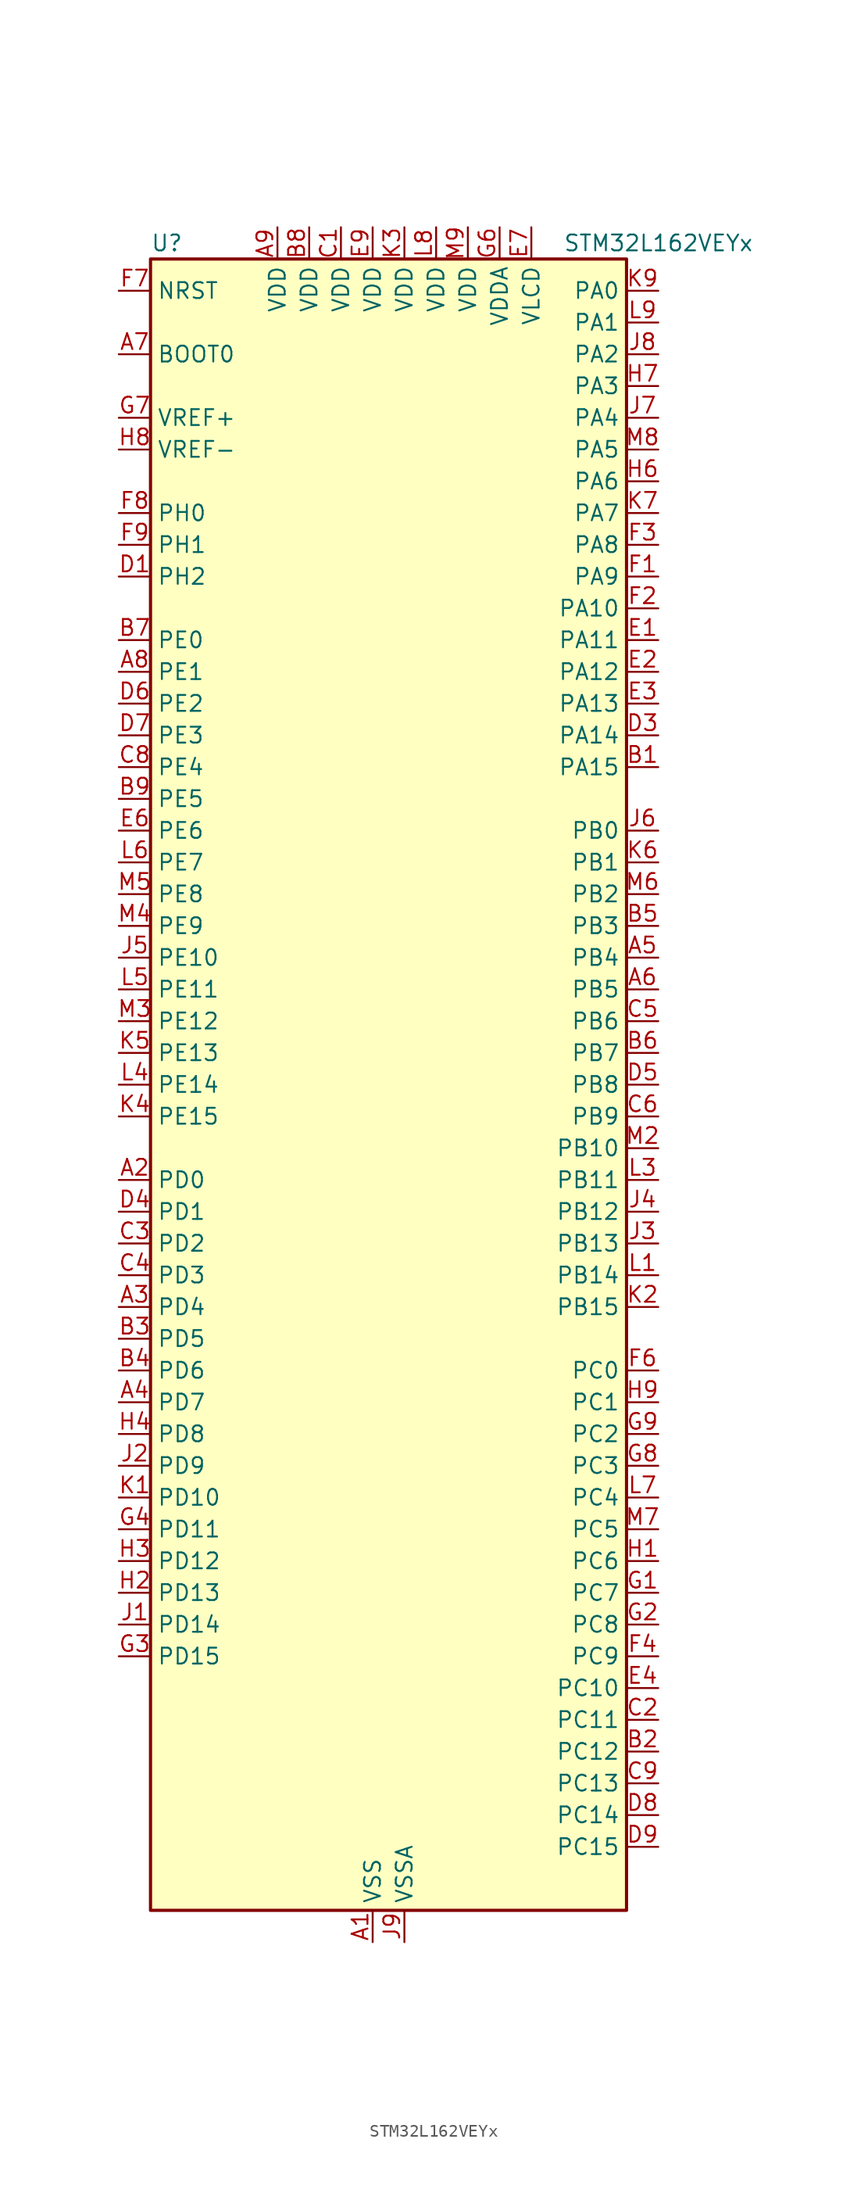
<source format=kicad_sym>
(kicad_symbol_lib
  (version 20220914)
  (generator kicad_symbol_editor)
  (symbol "STM32L162VEYx"
    (property "Reference" "U"
      (at -17.78 67.31 0)
      (effects (font (size 1.27 1.27)) (justify left)))
    (property "Value" "STM32L162VEYx"
      (at 15.24 67.31 0)
      (effects (font (size 1.27 1.27)) (justify left)))
    (property "ki_locked" ""
      (at 0 0 0)
      (effects (font (size 1.27 1.27))))
    (symbol "STM32L162VEYx_0_1"
      (rectangle (start -17.78 -66.04) (end 20.32 66.04) (stroke (width 0.254) (type default)) (fill (type background))))
    (symbol "STM32L162VEYx_1_1"
      (pin power_in line (at 0 -68.58 90) (length 2.54) (name "VSS" (effects (font (size 1.27 1.27)))) (number "A1" (effects (font (size 1.27 1.27)))))
      (pin bidirectional line (at -20.32 -7.62 0) (length 2.54) (name "PD0" (effects (font (size 1.27 1.27)))) (number "A2" (effects (font (size 1.27 1.27)))) (alternate "I2S2_WS" bidirectional line) (alternate "SPI2_NSS" bidirectional line) (alternate "TIM9_CH1" bidirectional line) (alternate "TIMX_IC1" bidirectional line))
      (pin bidirectional line (at -20.32 -17.78 0) (length 2.54) (name "PD4" (effects (font (size 1.27 1.27)))) (number "A3" (effects (font (size 1.27 1.27)))) (alternate "I2S2_SD" bidirectional line) (alternate "SPI2_MOSI" bidirectional line) (alternate "TIMX_IC1" bidirectional line) (alternate "USART2_RTS" bidirectional line))
      (pin bidirectional line (at -20.32 -25.4 0) (length 2.54) (name "PD7" (effects (font (size 1.27 1.27)))) (number "A4" (effects (font (size 1.27 1.27)))) (alternate "TIM9_CH2" bidirectional line) (alternate "TIMX_IC4" bidirectional line) (alternate "USART2_CK" bidirectional line))
      (pin bidirectional line (at 22.86 10.16 180) (length 2.54) (name "PB4" (effects (font (size 1.27 1.27)))) (number "A5" (effects (font (size 1.27 1.27)))) (alternate "COMP2_INP" bidirectional line) (alternate "LCD_SEG8" bidirectional line) (alternate "SPI1_MISO" bidirectional line) (alternate "SPI3_MISO" bidirectional line) (alternate "SYS_JTRST" bidirectional line) (alternate "TIM3_CH1" bidirectional line) (alternate "TS_G6_IO1" bidirectional line))
      (pin bidirectional line (at 22.86 7.62 180) (length 2.54) (name "PB5" (effects (font (size 1.27 1.27)))) (number "A6" (effects (font (size 1.27 1.27)))) (alternate "COMP2_INP" bidirectional line) (alternate "I2C1_SMBA" bidirectional line) (alternate "I2S3_SD" bidirectional line) (alternate "LCD_SEG9" bidirectional line) (alternate "SPI1_MOSI" bidirectional line) (alternate "SPI3_MOSI" bidirectional line) (alternate "TIM3_CH2" bidirectional line) (alternate "TS_G6_IO2" bidirectional line))
      (pin input line (at -20.32 58.42 0) (length 2.54) (name "BOOT0" (effects (font (size 1.27 1.27)))) (number "A7" (effects (font (size 1.27 1.27)))))
      (pin bidirectional line (at -20.32 33.02 0) (length 2.54) (name "PE1" (effects (font (size 1.27 1.27)))) (number "A8" (effects (font (size 1.27 1.27)))) (alternate "LCD_SEG37" bidirectional line) (alternate "TIM11_CH1" bidirectional line) (alternate "TIMX_IC2" bidirectional line))
      (pin power_in line (at -7.62 68.58 270) (length 2.54) (name "VDD" (effects (font (size 1.27 1.27)))) (number "A9" (effects (font (size 1.27 1.27)))))
      (pin bidirectional line (at 22.86 25.4 180) (length 2.54) (name "PA15" (effects (font (size 1.27 1.27)))) (number "B1" (effects (font (size 1.27 1.27)))) (alternate "ADC_EXTI15" bidirectional line) (alternate "I2S3_WS" bidirectional line) (alternate "LCD_SEG17" bidirectional line) (alternate "SPI1_NSS" bidirectional line) (alternate "SPI3_NSS" bidirectional line) (alternate "SYS_JTDI" bidirectional line) (alternate "TIM2_CH1" bidirectional line) (alternate "TIM2_ETR" bidirectional line) (alternate "TIMX_IC4" bidirectional line) (alternate "TS_G5_IO3" bidirectional line))
      (pin bidirectional line (at 22.86 -53.34 180) (length 2.54) (name "PC12" (effects (font (size 1.27 1.27)))) (number "B2" (effects (font (size 1.27 1.27)))) (alternate "I2S3_SD" bidirectional line) (alternate "LCD_COM6" bidirectional line) (alternate "LCD_SEG30" bidirectional line) (alternate "LCD_SEG42" bidirectional line) (alternate "SPI3_MOSI" bidirectional line) (alternate "TIMX_IC1" bidirectional line) (alternate "UART5_TX" bidirectional line) (alternate "USART3_CK" bidirectional line))
      (pin bidirectional line (at -20.32 -20.32 0) (length 2.54) (name "PD5" (effects (font (size 1.27 1.27)))) (number "B3" (effects (font (size 1.27 1.27)))) (alternate "TIMX_IC2" bidirectional line) (alternate "USART2_TX" bidirectional line))
      (pin bidirectional line (at -20.32 -22.86 0) (length 2.54) (name "PD6" (effects (font (size 1.27 1.27)))) (number "B4" (effects (font (size 1.27 1.27)))) (alternate "TIMX_IC3" bidirectional line) (alternate "USART2_RX" bidirectional line))
      (pin bidirectional line (at 22.86 12.7 180) (length 2.54) (name "PB3" (effects (font (size 1.27 1.27)))) (number "B5" (effects (font (size 1.27 1.27)))) (alternate "COMP2_INM" bidirectional line) (alternate "I2S3_CK" bidirectional line) (alternate "LCD_SEG7" bidirectional line) (alternate "SPI1_SCK" bidirectional line) (alternate "SPI3_SCK" bidirectional line) (alternate "SYS_JTDO-TRACESWO" bidirectional line) (alternate "TIM2_CH2" bidirectional line))
      (pin bidirectional line (at 22.86 2.54 180) (length 2.54) (name "PB7" (effects (font (size 1.27 1.27)))) (number "B6" (effects (font (size 1.27 1.27)))) (alternate "COMP2_INP" bidirectional line) (alternate "I2C1_SDA" bidirectional line) (alternate "SYS_PVD_IN" bidirectional line) (alternate "TIM4_CH2" bidirectional line) (alternate "TS_G6_IO4" bidirectional line) (alternate "USART1_RX" bidirectional line))
      (pin bidirectional line (at -20.32 35.56 0) (length 2.54) (name "PE0" (effects (font (size 1.27 1.27)))) (number "B7" (effects (font (size 1.27 1.27)))) (alternate "LCD_SEG36" bidirectional line) (alternate "TIM10_CH1" bidirectional line) (alternate "TIM4_ETR" bidirectional line) (alternate "TIMX_IC1" bidirectional line))
      (pin power_in line (at -5.08 68.58 270) (length 2.54) (name "VDD" (effects (font (size 1.27 1.27)))) (number "B8" (effects (font (size 1.27 1.27)))))
      (pin bidirectional line (at -20.32 22.86 0) (length 2.54) (name "PE5" (effects (font (size 1.27 1.27)))) (number "B9" (effects (font (size 1.27 1.27)))) (alternate "SYS_TRACED2" bidirectional line) (alternate "TIM9_CH1" bidirectional line) (alternate "TIMX_IC2" bidirectional line))
      (pin power_in line (at -2.54 68.58 270) (length 2.54) (name "VDD" (effects (font (size 1.27 1.27)))) (number "C1" (effects (font (size 1.27 1.27)))))
      (pin bidirectional line (at 22.86 -50.8 180) (length 2.54) (name "PC11" (effects (font (size 1.27 1.27)))) (number "C2" (effects (font (size 1.27 1.27)))) (alternate "ADC_EXTI11" bidirectional line) (alternate "LCD_COM5" bidirectional line) (alternate "LCD_SEG29" bidirectional line) (alternate "LCD_SEG41" bidirectional line) (alternate "SPI3_MISO" bidirectional line) (alternate "TIMX_IC4" bidirectional line) (alternate "UART4_RX" bidirectional line) (alternate "USART3_RX" bidirectional line))
      (pin bidirectional line (at -20.32 -12.7 0) (length 2.54) (name "PD2" (effects (font (size 1.27 1.27)))) (number "C3" (effects (font (size 1.27 1.27)))) (alternate "LCD_COM7" bidirectional line) (alternate "LCD_SEG31" bidirectional line) (alternate "LCD_SEG43" bidirectional line) (alternate "TIM3_ETR" bidirectional line) (alternate "TIMX_IC3" bidirectional line) (alternate "UART5_RX" bidirectional line))
      (pin bidirectional line (at -20.32 -15.24 0) (length 2.54) (name "PD3" (effects (font (size 1.27 1.27)))) (number "C4" (effects (font (size 1.27 1.27)))) (alternate "SPI2_MISO" bidirectional line) (alternate "TIMX_IC4" bidirectional line) (alternate "USART2_CTS" bidirectional line))
      (pin bidirectional line (at 22.86 5.08 180) (length 2.54) (name "PB6" (effects (font (size 1.27 1.27)))) (number "C5" (effects (font (size 1.27 1.27)))) (alternate "COMP2_INP" bidirectional line) (alternate "I2C1_SCL" bidirectional line) (alternate "TIM4_CH1" bidirectional line) (alternate "TS_G6_IO3" bidirectional line) (alternate "USART1_TX" bidirectional line))
      (pin bidirectional line (at 22.86 -2.54 180) (length 2.54) (name "PB9" (effects (font (size 1.27 1.27)))) (number "C6" (effects (font (size 1.27 1.27)))) (alternate "DAC_EXTI9" bidirectional line) (alternate "I2C1_SDA" bidirectional line) (alternate "LCD_COM3" bidirectional line) (alternate "TIM11_CH1" bidirectional line) (alternate "TIM4_CH4" bidirectional line))
      (pin passive line (at 0 -68.58 90) (length 2.54) hide (name "VSS" (effects (font (size 1.27 1.27)))) (number "C7" (effects (font (size 1.27 1.27)))))
      (pin bidirectional line (at -20.32 25.4 0) (length 2.54) (name "PE4" (effects (font (size 1.27 1.27)))) (number "C8" (effects (font (size 1.27 1.27)))) (alternate "SYS_TRACED1" bidirectional line) (alternate "TIM3_CH2" bidirectional line) (alternate "TIMX_IC1" bidirectional line))
      (pin bidirectional line (at 22.86 -55.88 180) (length 2.54) (name "PC13" (effects (font (size 1.27 1.27)))) (number "C9" (effects (font (size 1.27 1.27)))) (alternate "RTC_OUT_ALARM" bidirectional line) (alternate "RTC_OUT_CALIB" bidirectional line) (alternate "RTC_TAMP1" bidirectional line) (alternate "RTC_TS" bidirectional line) (alternate "SYS_WKUP2" bidirectional line) (alternate "TIMX_IC2" bidirectional line))
      (pin bidirectional line (at -20.32 40.64 0) (length 2.54) (name "PH2" (effects (font (size 1.27 1.27)))) (number "D1" (effects (font (size 1.27 1.27)))))
      (pin passive line (at 0 -68.58 90) (length 2.54) hide (name "VSS" (effects (font (size 1.27 1.27)))) (number "D2" (effects (font (size 1.27 1.27)))))
      (pin bidirectional line (at 22.86 27.94 180) (length 2.54) (name "PA14" (effects (font (size 1.27 1.27)))) (number "D3" (effects (font (size 1.27 1.27)))) (alternate "SYS_JTCK-SWCLK" bidirectional line) (alternate "TIMX_IC3" bidirectional line) (alternate "TS_G5_IO2" bidirectional line))
      (pin bidirectional line (at -20.32 -10.16 0) (length 2.54) (name "PD1" (effects (font (size 1.27 1.27)))) (number "D4" (effects (font (size 1.27 1.27)))) (alternate "I2S2_CK" bidirectional line) (alternate "SPI2_SCK" bidirectional line) (alternate "TIMX_IC2" bidirectional line))
      (pin bidirectional line (at 22.86 0 180) (length 2.54) (name "PB8" (effects (font (size 1.27 1.27)))) (number "D5" (effects (font (size 1.27 1.27)))) (alternate "I2C1_SCL" bidirectional line) (alternate "LCD_SEG16" bidirectional line) (alternate "TIM10_CH1" bidirectional line) (alternate "TIM4_CH3" bidirectional line))
      (pin bidirectional line (at -20.32 30.48 0) (length 2.54) (name "PE2" (effects (font (size 1.27 1.27)))) (number "D6" (effects (font (size 1.27 1.27)))) (alternate "LCD_SEG38" bidirectional line) (alternate "SYS_TRACECK" bidirectional line) (alternate "TIM3_ETR" bidirectional line) (alternate "TIMX_IC3" bidirectional line))
      (pin bidirectional line (at -20.32 27.94 0) (length 2.54) (name "PE3" (effects (font (size 1.27 1.27)))) (number "D7" (effects (font (size 1.27 1.27)))) (alternate "LCD_SEG39" bidirectional line) (alternate "SYS_TRACED0" bidirectional line) (alternate "TIM3_CH1" bidirectional line) (alternate "TIMX_IC4" bidirectional line))
      (pin bidirectional line (at 22.86 -58.42 180) (length 2.54) (name "PC14" (effects (font (size 1.27 1.27)))) (number "D8" (effects (font (size 1.27 1.27)))) (alternate "RCC_OSC32_IN" bidirectional line) (alternate "TIMX_IC3" bidirectional line))
      (pin bidirectional line (at 22.86 -60.96 180) (length 2.54) (name "PC15" (effects (font (size 1.27 1.27)))) (number "D9" (effects (font (size 1.27 1.27)))) (alternate "ADC_EXTI15" bidirectional line) (alternate "RCC_OSC32_OUT" bidirectional line) (alternate "TIMX_IC4" bidirectional line))
      (pin bidirectional line (at 22.86 35.56 180) (length 2.54) (name "PA11" (effects (font (size 1.27 1.27)))) (number "E1" (effects (font (size 1.27 1.27)))) (alternate "ADC_EXTI11" bidirectional line) (alternate "SPI1_MISO" bidirectional line) (alternate "TIMX_IC4" bidirectional line) (alternate "USART1_CTS" bidirectional line) (alternate "USB_DM" bidirectional line))
      (pin bidirectional line (at 22.86 33.02 180) (length 2.54) (name "PA12" (effects (font (size 1.27 1.27)))) (number "E2" (effects (font (size 1.27 1.27)))) (alternate "SPI1_MOSI" bidirectional line) (alternate "TIMX_IC1" bidirectional line) (alternate "USART1_RTS" bidirectional line) (alternate "USB_DP" bidirectional line))
      (pin bidirectional line (at 22.86 30.48 180) (length 2.54) (name "PA13" (effects (font (size 1.27 1.27)))) (number "E3" (effects (font (size 1.27 1.27)))) (alternate "SYS_JTMS-SWDIO" bidirectional line) (alternate "TIMX_IC2" bidirectional line) (alternate "TS_G5_IO1" bidirectional line))
      (pin bidirectional line (at 22.86 -48.26 180) (length 2.54) (name "PC10" (effects (font (size 1.27 1.27)))) (number "E4" (effects (font (size 1.27 1.27)))) (alternate "I2S3_CK" bidirectional line) (alternate "LCD_COM4" bidirectional line) (alternate "LCD_SEG28" bidirectional line) (alternate "LCD_SEG40" bidirectional line) (alternate "SPI3_SCK" bidirectional line) (alternate "TIMX_IC3" bidirectional line) (alternate "UART4_TX" bidirectional line) (alternate "USART3_TX" bidirectional line))
      (pin bidirectional line (at -20.32 20.32 0) (length 2.54) (name "PE6" (effects (font (size 1.27 1.27)))) (number "E6" (effects (font (size 1.27 1.27)))) (alternate "RTC_TAMP3" bidirectional line) (alternate "SYS_TRACED3" bidirectional line) (alternate "SYS_WKUP3" bidirectional line) (alternate "TIM9_CH2" bidirectional line) (alternate "TIMX_IC3" bidirectional line))
      (pin power_in line (at 12.7 68.58 270) (length 2.54) (name "VLCD" (effects (font (size 1.27 1.27)))) (number "E7" (effects (font (size 1.27 1.27)))))
      (pin passive line (at 0 -68.58 90) (length 2.54) hide (name "VSS" (effects (font (size 1.27 1.27)))) (number "E8" (effects (font (size 1.27 1.27)))))
      (pin power_in line (at 0 68.58 270) (length 2.54) (name "VDD" (effects (font (size 1.27 1.27)))) (number "E9" (effects (font (size 1.27 1.27)))))
      (pin bidirectional line (at 22.86 40.64 180) (length 2.54) (name "PA9" (effects (font (size 1.27 1.27)))) (number "F1" (effects (font (size 1.27 1.27)))) (alternate "DAC_EXTI9" bidirectional line) (alternate "LCD_COM1" bidirectional line) (alternate "TIMX_IC2" bidirectional line) (alternate "TS_G4_IO2" bidirectional line) (alternate "USART1_TX" bidirectional line))
      (pin bidirectional line (at 22.86 38.1 180) (length 2.54) (name "PA10" (effects (font (size 1.27 1.27)))) (number "F2" (effects (font (size 1.27 1.27)))) (alternate "LCD_COM2" bidirectional line) (alternate "TIMX_IC3" bidirectional line) (alternate "TS_G4_IO3" bidirectional line) (alternate "USART1_RX" bidirectional line))
      (pin bidirectional line (at 22.86 43.18 180) (length 2.54) (name "PA8" (effects (font (size 1.27 1.27)))) (number "F3" (effects (font (size 1.27 1.27)))) (alternate "LCD_COM0" bidirectional line) (alternate "RCC_MCO" bidirectional line) (alternate "TIMX_IC1" bidirectional line) (alternate "TS_G4_IO1" bidirectional line) (alternate "USART1_CK" bidirectional line))
      (pin bidirectional line (at 22.86 -45.72 180) (length 2.54) (name "PC9" (effects (font (size 1.27 1.27)))) (number "F4" (effects (font (size 1.27 1.27)))) (alternate "DAC_EXTI9" bidirectional line) (alternate "LCD_SEG27" bidirectional line) (alternate "TIM3_CH4" bidirectional line) (alternate "TIMX_IC2" bidirectional line) (alternate "TS_G10_IO4" bidirectional line))
      (pin bidirectional line (at 22.86 -22.86 180) (length 2.54) (name "PC0" (effects (font (size 1.27 1.27)))) (number "F6" (effects (font (size 1.27 1.27)))) (alternate "ADC_IN10" bidirectional line) (alternate "COMP1_INP" bidirectional line) (alternate "LCD_SEG18" bidirectional line) (alternate "TIMX_IC1" bidirectional line) (alternate "TS_G8_IO1" bidirectional line))
      (pin input line (at -20.32 63.5 0) (length 2.54) (name "NRST" (effects (font (size 1.27 1.27)))) (number "F7" (effects (font (size 1.27 1.27)))))
      (pin bidirectional line (at -20.32 45.72 0) (length 2.54) (name "PH0" (effects (font (size 1.27 1.27)))) (number "F8" (effects (font (size 1.27 1.27)))) (alternate "RCC_OSC_IN" bidirectional line))
      (pin bidirectional line (at -20.32 43.18 0) (length 2.54) (name "PH1" (effects (font (size 1.27 1.27)))) (number "F9" (effects (font (size 1.27 1.27)))) (alternate "RCC_OSC_OUT" bidirectional line))
      (pin bidirectional line (at 22.86 -40.64 180) (length 2.54) (name "PC7" (effects (font (size 1.27 1.27)))) (number "G1" (effects (font (size 1.27 1.27)))) (alternate "I2S3_MCK" bidirectional line) (alternate "LCD_SEG25" bidirectional line) (alternate "TIM3_CH2" bidirectional line) (alternate "TIMX_IC4" bidirectional line) (alternate "TS_G10_IO2" bidirectional line))
      (pin bidirectional line (at 22.86 -43.18 180) (length 2.54) (name "PC8" (effects (font (size 1.27 1.27)))) (number "G2" (effects (font (size 1.27 1.27)))) (alternate "LCD_SEG26" bidirectional line) (alternate "TIM3_CH3" bidirectional line) (alternate "TIMX_IC1" bidirectional line) (alternate "TS_G10_IO3" bidirectional line))
      (pin bidirectional line (at -20.32 -45.72 0) (length 2.54) (name "PD15" (effects (font (size 1.27 1.27)))) (number "G3" (effects (font (size 1.27 1.27)))) (alternate "ADC_EXTI15" bidirectional line) (alternate "LCD_SEG35" bidirectional line) (alternate "TIM4_CH4" bidirectional line) (alternate "TIMX_IC4" bidirectional line))
      (pin bidirectional line (at -20.32 -35.56 0) (length 2.54) (name "PD11" (effects (font (size 1.27 1.27)))) (number "G4" (effects (font (size 1.27 1.27)))) (alternate "ADC_EXTI11" bidirectional line) (alternate "LCD_SEG31" bidirectional line) (alternate "TIMX_IC4" bidirectional line) (alternate "USART3_CTS" bidirectional line))
      (pin power_in line (at 10.16 68.58 270) (length 2.54) (name "VDDA" (effects (font (size 1.27 1.27)))) (number "G6" (effects (font (size 1.27 1.27)))))
      (pin input line (at -20.32 53.34 0) (length 2.54) (name "VREF+" (effects (font (size 1.27 1.27)))) (number "G7" (effects (font (size 1.27 1.27)))))
      (pin bidirectional line (at 22.86 -30.48 180) (length 2.54) (name "PC3" (effects (font (size 1.27 1.27)))) (number "G8" (effects (font (size 1.27 1.27)))) (alternate "ADC_IN13" bidirectional line) (alternate "COMP1_INP" bidirectional line) (alternate "LCD_SEG21" bidirectional line) (alternate "TIMX_IC4" bidirectional line) (alternate "TS_G8_IO4" bidirectional line))
      (pin bidirectional line (at 22.86 -27.94 180) (length 2.54) (name "PC2" (effects (font (size 1.27 1.27)))) (number "G9" (effects (font (size 1.27 1.27)))) (alternate "ADC_IN12" bidirectional line) (alternate "COMP1_INP" bidirectional line) (alternate "LCD_SEG20" bidirectional line) (alternate "TIMX_IC3" bidirectional line) (alternate "TS_G8_IO3" bidirectional line))
      (pin bidirectional line (at 22.86 -38.1 180) (length 2.54) (name "PC6" (effects (font (size 1.27 1.27)))) (number "H1" (effects (font (size 1.27 1.27)))) (alternate "I2S2_MCK" bidirectional line) (alternate "LCD_SEG24" bidirectional line) (alternate "TIM3_CH1" bidirectional line) (alternate "TIMX_IC3" bidirectional line) (alternate "TS_G10_IO1" bidirectional line))
      (pin bidirectional line (at -20.32 -40.64 0) (length 2.54) (name "PD13" (effects (font (size 1.27 1.27)))) (number "H2" (effects (font (size 1.27 1.27)))) (alternate "LCD_SEG33" bidirectional line) (alternate "TIM4_CH2" bidirectional line) (alternate "TIMX_IC2" bidirectional line))
      (pin bidirectional line (at -20.32 -38.1 0) (length 2.54) (name "PD12" (effects (font (size 1.27 1.27)))) (number "H3" (effects (font (size 1.27 1.27)))) (alternate "LCD_SEG32" bidirectional line) (alternate "TIM4_CH1" bidirectional line) (alternate "TIMX_IC1" bidirectional line) (alternate "USART3_RTS" bidirectional line))
      (pin bidirectional line (at -20.32 -27.94 0) (length 2.54) (name "PD8" (effects (font (size 1.27 1.27)))) (number "H4" (effects (font (size 1.27 1.27)))) (alternate "LCD_SEG28" bidirectional line) (alternate "TIMX_IC1" bidirectional line) (alternate "USART3_TX" bidirectional line))
      (pin bidirectional line (at 22.86 48.26 180) (length 2.54) (name "PA6" (effects (font (size 1.27 1.27)))) (number "H6" (effects (font (size 1.27 1.27)))) (alternate "ADC_IN6" bidirectional line) (alternate "COMP1_INP" bidirectional line) (alternate "LCD_SEG3" bidirectional line) (alternate "OPAMP2_VINP" bidirectional line) (alternate "SPI1_MISO" bidirectional line) (alternate "TIM10_CH1" bidirectional line) (alternate "TIM3_CH1" bidirectional line) (alternate "TIMX_IC3" bidirectional line) (alternate "TS_G2_IO1" bidirectional line))
      (pin bidirectional line (at 22.86 55.88 180) (length 2.54) (name "PA3" (effects (font (size 1.27 1.27)))) (number "H7" (effects (font (size 1.27 1.27)))) (alternate "ADC_IN3" bidirectional line) (alternate "COMP1_INP" bidirectional line) (alternate "LCD_SEG2" bidirectional line) (alternate "OPAMP1_VOUT" bidirectional line) (alternate "TIM2_CH4" bidirectional line) (alternate "TIM5_CH4" bidirectional line) (alternate "TIM9_CH2" bidirectional line) (alternate "TIMX_IC4" bidirectional line) (alternate "TS_G1_IO4" bidirectional line) (alternate "USART2_RX" bidirectional line))
      (pin input line (at -20.32 50.8 0) (length 2.54) (name "VREF-" (effects (font (size 1.27 1.27)))) (number "H8" (effects (font (size 1.27 1.27)))))
      (pin bidirectional line (at 22.86 -25.4 180) (length 2.54) (name "PC1" (effects (font (size 1.27 1.27)))) (number "H9" (effects (font (size 1.27 1.27)))) (alternate "ADC_IN11" bidirectional line) (alternate "COMP1_INP" bidirectional line) (alternate "LCD_SEG19" bidirectional line) (alternate "TIMX_IC2" bidirectional line) (alternate "TS_G8_IO2" bidirectional line))
      (pin bidirectional line (at -20.32 -43.18 0) (length 2.54) (name "PD14" (effects (font (size 1.27 1.27)))) (number "J1" (effects (font (size 1.27 1.27)))) (alternate "LCD_SEG34" bidirectional line) (alternate "TIM4_CH3" bidirectional line) (alternate "TIMX_IC3" bidirectional line))
      (pin bidirectional line (at -20.32 -30.48 0) (length 2.54) (name "PD9" (effects (font (size 1.27 1.27)))) (number "J2" (effects (font (size 1.27 1.27)))) (alternate "DAC_EXTI9" bidirectional line) (alternate "LCD_SEG29" bidirectional line) (alternate "TIMX_IC2" bidirectional line) (alternate "USART3_RX" bidirectional line))
      (pin bidirectional line (at 22.86 -12.7 180) (length 2.54) (name "PB13" (effects (font (size 1.27 1.27)))) (number "J3" (effects (font (size 1.27 1.27)))) (alternate "ADC_IN19" bidirectional line) (alternate "COMP1_INP" bidirectional line) (alternate "I2S2_CK" bidirectional line) (alternate "LCD_SEG13" bidirectional line) (alternate "SPI2_SCK" bidirectional line) (alternate "TIM9_CH1" bidirectional line) (alternate "TS_G7_IO2" bidirectional line) (alternate "USART3_CTS" bidirectional line))
      (pin bidirectional line (at 22.86 -10.16 180) (length 2.54) (name "PB12" (effects (font (size 1.27 1.27)))) (number "J4" (effects (font (size 1.27 1.27)))) (alternate "ADC_IN18" bidirectional line) (alternate "COMP1_INP" bidirectional line) (alternate "I2C2_SMBA" bidirectional line) (alternate "I2S2_WS" bidirectional line) (alternate "LCD_SEG12" bidirectional line) (alternate "SPI2_NSS" bidirectional line) (alternate "TIM10_CH1" bidirectional line) (alternate "TS_G7_IO1" bidirectional line) (alternate "USART3_CK" bidirectional line))
      (pin bidirectional line (at -20.32 10.16 0) (length 2.54) (name "PE10" (effects (font (size 1.27 1.27)))) (number "J5" (effects (font (size 1.27 1.27)))) (alternate "ADC_IN25" bidirectional line) (alternate "COMP1_INP" bidirectional line) (alternate "TIM2_CH2" bidirectional line) (alternate "TIMX_IC3" bidirectional line))
      (pin bidirectional line (at 22.86 20.32 180) (length 2.54) (name "PB0" (effects (font (size 1.27 1.27)))) (number "J6" (effects (font (size 1.27 1.27)))) (alternate "ADC_IN8" bidirectional line) (alternate "COMP1_INP" bidirectional line) (alternate "LCD_SEG5" bidirectional line) (alternate "OPAMP2_VOUT" bidirectional line) (alternate "SYS_V_REF_OUT" bidirectional line) (alternate "TIM3_CH3" bidirectional line) (alternate "TS_G3_IO1" bidirectional line))
      (pin bidirectional line (at 22.86 53.34 180) (length 2.54) (name "PA4" (effects (font (size 1.27 1.27)))) (number "J7" (effects (font (size 1.27 1.27)))) (alternate "ADC_IN4" bidirectional line) (alternate "COMP1_INP" bidirectional line) (alternate "DAC_OUT1" bidirectional line) (alternate "I2S3_WS" bidirectional line) (alternate "SPI1_NSS" bidirectional line) (alternate "SPI3_NSS" bidirectional line) (alternate "TIMX_IC1" bidirectional line) (alternate "USART2_CK" bidirectional line))
      (pin bidirectional line (at 22.86 58.42 180) (length 2.54) (name "PA2" (effects (font (size 1.27 1.27)))) (number "J8" (effects (font (size 1.27 1.27)))) (alternate "ADC_IN2" bidirectional line) (alternate "COMP1_INP" bidirectional line) (alternate "LCD_SEG1" bidirectional line) (alternate "OPAMP1_VINM" bidirectional line) (alternate "TIM2_CH3" bidirectional line) (alternate "TIM5_CH3" bidirectional line) (alternate "TIM9_CH1" bidirectional line) (alternate "TIMX_IC3" bidirectional line) (alternate "TS_G1_IO3" bidirectional line) (alternate "USART2_TX" bidirectional line))
      (pin power_in line (at 2.54 -68.58 90) (length 2.54) (name "VSSA" (effects (font (size 1.27 1.27)))) (number "J9" (effects (font (size 1.27 1.27)))))
      (pin bidirectional line (at -20.32 -33.02 0) (length 2.54) (name "PD10" (effects (font (size 1.27 1.27)))) (number "K1" (effects (font (size 1.27 1.27)))) (alternate "LCD_SEG30" bidirectional line) (alternate "TIMX_IC3" bidirectional line) (alternate "USART3_CK" bidirectional line))
      (pin bidirectional line (at 22.86 -17.78 180) (length 2.54) (name "PB15" (effects (font (size 1.27 1.27)))) (number "K2" (effects (font (size 1.27 1.27)))) (alternate "ADC_EXTI15" bidirectional line) (alternate "ADC_IN21" bidirectional line) (alternate "COMP1_INP" bidirectional line) (alternate "I2S2_SD" bidirectional line) (alternate "LCD_SEG15" bidirectional line) (alternate "RTC_REFIN" bidirectional line) (alternate "SPI2_MOSI" bidirectional line) (alternate "TIM11_CH1" bidirectional line) (alternate "TS_G7_IO4" bidirectional line))
      (pin power_in line (at 2.54 68.58 270) (length 2.54) (name "VDD" (effects (font (size 1.27 1.27)))) (number "K3" (effects (font (size 1.27 1.27)))))
      (pin bidirectional line (at -20.32 -2.54 0) (length 2.54) (name "PE15" (effects (font (size 1.27 1.27)))) (number "K4" (effects (font (size 1.27 1.27)))) (alternate "ADC_EXTI15" bidirectional line) (alternate "SPI1_MOSI" bidirectional line) (alternate "TIMX_IC4" bidirectional line))
      (pin bidirectional line (at -20.32 2.54 0) (length 2.54) (name "PE13" (effects (font (size 1.27 1.27)))) (number "K5" (effects (font (size 1.27 1.27)))) (alternate "SPI1_SCK" bidirectional line) (alternate "TIMX_IC2" bidirectional line))
      (pin bidirectional line (at 22.86 17.78 180) (length 2.54) (name "PB1" (effects (font (size 1.27 1.27)))) (number "K6" (effects (font (size 1.27 1.27)))) (alternate "ADC_IN9" bidirectional line) (alternate "COMP1_INP" bidirectional line) (alternate "LCD_SEG6" bidirectional line) (alternate "SYS_V_REF_OUT" bidirectional line) (alternate "TIM3_CH4" bidirectional line) (alternate "TS_G3_IO2" bidirectional line))
      (pin bidirectional line (at 22.86 45.72 180) (length 2.54) (name "PA7" (effects (font (size 1.27 1.27)))) (number "K7" (effects (font (size 1.27 1.27)))) (alternate "ADC_IN7" bidirectional line) (alternate "COMP1_INP" bidirectional line) (alternate "LCD_SEG4" bidirectional line) (alternate "OPAMP2_VINM" bidirectional line) (alternate "SPI1_MOSI" bidirectional line) (alternate "TIM11_CH1" bidirectional line) (alternate "TIM3_CH2" bidirectional line) (alternate "TIMX_IC4" bidirectional line) (alternate "TS_G2_IO2" bidirectional line))
      (pin passive line (at 0 -68.58 90) (length 2.54) hide (name "VSS" (effects (font (size 1.27 1.27)))) (number "K8" (effects (font (size 1.27 1.27)))))
      (pin bidirectional line (at 22.86 63.5 180) (length 2.54) (name "PA0" (effects (font (size 1.27 1.27)))) (number "K9" (effects (font (size 1.27 1.27)))) (alternate "ADC_IN0" bidirectional line) (alternate "COMP1_INP" bidirectional line) (alternate "RTC_TAMP2" bidirectional line) (alternate "SYS_WKUP1" bidirectional line) (alternate "TIM2_CH1" bidirectional line) (alternate "TIM2_ETR" bidirectional line) (alternate "TIM5_CH1" bidirectional line) (alternate "TIMX_IC1" bidirectional line) (alternate "TS_G1_IO1" bidirectional line) (alternate "USART2_CTS" bidirectional line))
      (pin bidirectional line (at 22.86 -15.24 180) (length 2.54) (name "PB14" (effects (font (size 1.27 1.27)))) (number "L1" (effects (font (size 1.27 1.27)))) (alternate "ADC_IN20" bidirectional line) (alternate "COMP1_INP" bidirectional line) (alternate "LCD_SEG14" bidirectional line) (alternate "SPI2_MISO" bidirectional line) (alternate "TIM9_CH2" bidirectional line) (alternate "TS_G7_IO3" bidirectional line) (alternate "USART3_RTS" bidirectional line))
      (pin passive line (at 0 -68.58 90) (length 2.54) hide (name "VSS" (effects (font (size 1.27 1.27)))) (number "L2" (effects (font (size 1.27 1.27)))))
      (pin bidirectional line (at 22.86 -7.62 180) (length 2.54) (name "PB11" (effects (font (size 1.27 1.27)))) (number "L3" (effects (font (size 1.27 1.27)))) (alternate "ADC_EXTI11" bidirectional line) (alternate "I2C2_SDA" bidirectional line) (alternate "LCD_SEG11" bidirectional line) (alternate "TIM2_CH4" bidirectional line) (alternate "USART3_RX" bidirectional line))
      (pin bidirectional line (at -20.32 0 0) (length 2.54) (name "PE14" (effects (font (size 1.27 1.27)))) (number "L4" (effects (font (size 1.27 1.27)))) (alternate "SPI1_MISO" bidirectional line) (alternate "TIMX_IC3" bidirectional line))
      (pin bidirectional line (at -20.32 7.62 0) (length 2.54) (name "PE11" (effects (font (size 1.27 1.27)))) (number "L5" (effects (font (size 1.27 1.27)))) (alternate "ADC_EXTI11" bidirectional line) (alternate "TIM2_CH3" bidirectional line) (alternate "TIMX_IC4" bidirectional line))
      (pin bidirectional line (at -20.32 17.78 0) (length 2.54) (name "PE7" (effects (font (size 1.27 1.27)))) (number "L6" (effects (font (size 1.27 1.27)))) (alternate "ADC_IN22" bidirectional line) (alternate "COMP1_INP" bidirectional line) (alternate "TIMX_IC4" bidirectional line))
      (pin bidirectional line (at 22.86 -33.02 180) (length 2.54) (name "PC4" (effects (font (size 1.27 1.27)))) (number "L7" (effects (font (size 1.27 1.27)))) (alternate "ADC_IN14" bidirectional line) (alternate "COMP1_INP" bidirectional line) (alternate "LCD_SEG22" bidirectional line) (alternate "TIMX_IC1" bidirectional line) (alternate "TS_G9_IO1" bidirectional line))
      (pin power_in line (at 5.08 68.58 270) (length 2.54) (name "VDD" (effects (font (size 1.27 1.27)))) (number "L8" (effects (font (size 1.27 1.27)))))
      (pin bidirectional line (at 22.86 60.96 180) (length 2.54) (name "PA1" (effects (font (size 1.27 1.27)))) (number "L9" (effects (font (size 1.27 1.27)))) (alternate "ADC_IN1" bidirectional line) (alternate "COMP1_INP" bidirectional line) (alternate "LCD_SEG0" bidirectional line) (alternate "OPAMP1_VINP" bidirectional line) (alternate "TIM2_CH2" bidirectional line) (alternate "TIM5_CH2" bidirectional line) (alternate "TIMX_IC2" bidirectional line) (alternate "TS_G1_IO2" bidirectional line) (alternate "USART2_RTS" bidirectional line))
      (pin passive line (at 0 -68.58 90) (length 2.54) hide (name "VSS" (effects (font (size 1.27 1.27)))) (number "M1" (effects (font (size 1.27 1.27)))))
      (pin bidirectional line (at 22.86 -5.08 180) (length 2.54) (name "PB10" (effects (font (size 1.27 1.27)))) (number "M2" (effects (font (size 1.27 1.27)))) (alternate "I2C2_SCL" bidirectional line) (alternate "LCD_SEG10" bidirectional line) (alternate "TIM2_CH3" bidirectional line) (alternate "USART3_TX" bidirectional line))
      (pin bidirectional line (at -20.32 5.08 0) (length 2.54) (name "PE12" (effects (font (size 1.27 1.27)))) (number "M3" (effects (font (size 1.27 1.27)))) (alternate "SPI1_NSS" bidirectional line) (alternate "TIM2_CH4" bidirectional line) (alternate "TIMX_IC1" bidirectional line))
      (pin bidirectional line (at -20.32 12.7 0) (length 2.54) (name "PE9" (effects (font (size 1.27 1.27)))) (number "M4" (effects (font (size 1.27 1.27)))) (alternate "ADC_IN24" bidirectional line) (alternate "COMP1_INP" bidirectional line) (alternate "DAC_EXTI9" bidirectional line) (alternate "TIM2_CH1" bidirectional line) (alternate "TIM2_ETR" bidirectional line) (alternate "TIMX_IC2" bidirectional line))
      (pin bidirectional line (at -20.32 15.24 0) (length 2.54) (name "PE8" (effects (font (size 1.27 1.27)))) (number "M5" (effects (font (size 1.27 1.27)))) (alternate "ADC_IN23" bidirectional line) (alternate "COMP1_INP" bidirectional line) (alternate "TIMX_IC1" bidirectional line))
      (pin bidirectional line (at 22.86 15.24 180) (length 2.54) (name "PB2" (effects (font (size 1.27 1.27)))) (number "M6" (effects (font (size 1.27 1.27)))) (alternate "ADC_IN0b" bidirectional line) (alternate "TS_G3_IO3" bidirectional line))
      (pin bidirectional line (at 22.86 -35.56 180) (length 2.54) (name "PC5" (effects (font (size 1.27 1.27)))) (number "M7" (effects (font (size 1.27 1.27)))) (alternate "ADC_IN15" bidirectional line) (alternate "COMP1_INP" bidirectional line) (alternate "LCD_SEG23" bidirectional line) (alternate "TIMX_IC2" bidirectional line) (alternate "TS_G9_IO2" bidirectional line))
      (pin bidirectional line (at 22.86 50.8 180) (length 2.54) (name "PA5" (effects (font (size 1.27 1.27)))) (number "M8" (effects (font (size 1.27 1.27)))) (alternate "ADC_IN5" bidirectional line) (alternate "COMP1_INP" bidirectional line) (alternate "DAC_OUT2" bidirectional line) (alternate "SPI1_SCK" bidirectional line) (alternate "TIM2_CH1" bidirectional line) (alternate "TIM2_ETR" bidirectional line) (alternate "TIMX_IC2" bidirectional line))
      (pin power_in line (at 7.62 68.58 270) (length 2.54) (name "VDD" (effects (font (size 1.27 1.27)))) (number "M9" (effects (font (size 1.27 1.27))))))))
</source>
